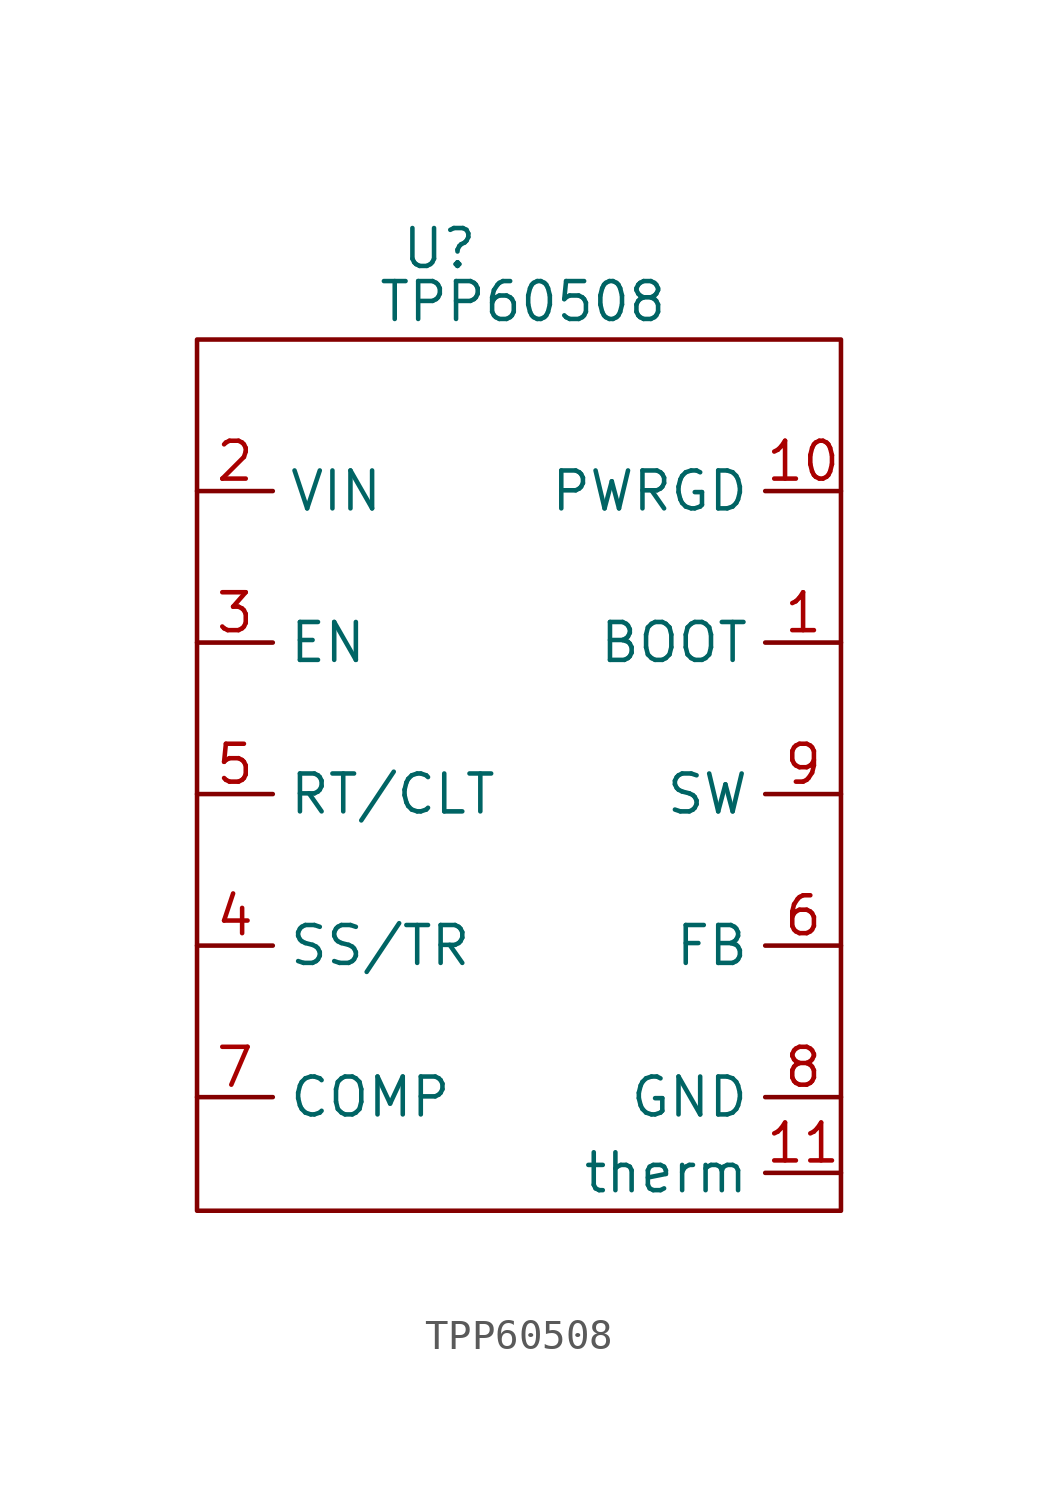
<source format=kicad_sym>
(kicad_symbol_lib
  (version 20231120)
  (generator "kicad_symbol_editor")
  (generator_version "8.0")
  (symbol "TPP60508"
    (property "Reference" "U"
      (at 8.128 29.718 0)
      (effects (font (size 1.27 1.27))))
    (property "Value" "TPP60508"
      (at 10.922 27.94 0)
      (effects (font (size 1.27 1.27))))
    (symbol "TPP60508_0_1"
      (rectangle (start 0 26.67) (end 21.59 -2.54) (stroke (width 0) (type default)) (fill (type none))))
    (symbol "TPP60508_1_1"
      (pin input line (at 21.59 16.51 180) (length 2.54) (name "BOOT" (effects (font (size 1.27 1.27)))) (number "1" (effects (font (size 1.27 1.27)))))
      (pin input line (at 21.59 21.59 180) (length 2.54) (name "PWRGD" (effects (font (size 1.27 1.27)))) (number "10" (effects (font (size 1.27 1.27)))))
      (pin input line (at 21.59 -1.27 180) (length 2.54) (name "therm" (effects (font (size 1.27 1.27)))) (number "11" (effects (font (size 1.27 1.27)))))
      (pin input line (at 0 21.59 0) (length 2.54) (name "VIN" (effects (font (size 1.27 1.27)))) (number "2" (effects (font (size 1.27 1.27)))))
      (pin input line (at 0 16.51 0) (length 2.54) (name "EN" (effects (font (size 1.27 1.27)))) (number "3" (effects (font (size 1.27 1.27)))))
      (pin input line (at 0 6.35 0) (length 2.54) (name "SS/TR" (effects (font (size 1.27 1.27)))) (number "4" (effects (font (size 1.27 1.27)))))
      (pin input line (at 0 11.43 0) (length 2.54) (name "RT/CLT" (effects (font (size 1.27 1.27)))) (number "5" (effects (font (size 1.27 1.27)))))
      (pin bidirectional line (at 21.59 6.35 180) (length 2.54) (name "FB" (effects (font (size 1.27 1.27)))) (number "6" (effects (font (size 1.27 1.27)))))
      (pin input line (at 0 1.27 0) (length 2.54) (name "COMP" (effects (font (size 1.27 1.27)))) (number "7" (effects (font (size 1.27 1.27)))))
      (pin input line (at 21.59 1.27 180) (length 2.54) (name "GND" (effects (font (size 1.27 1.27)))) (number "8" (effects (font (size 1.27 1.27)))))
      (pin input line (at 21.59 11.43 180) (length 2.54) (name "SW" (effects (font (size 1.27 1.27)))) (number "9" (effects (font (size 1.27 1.27))))))))
</source>
